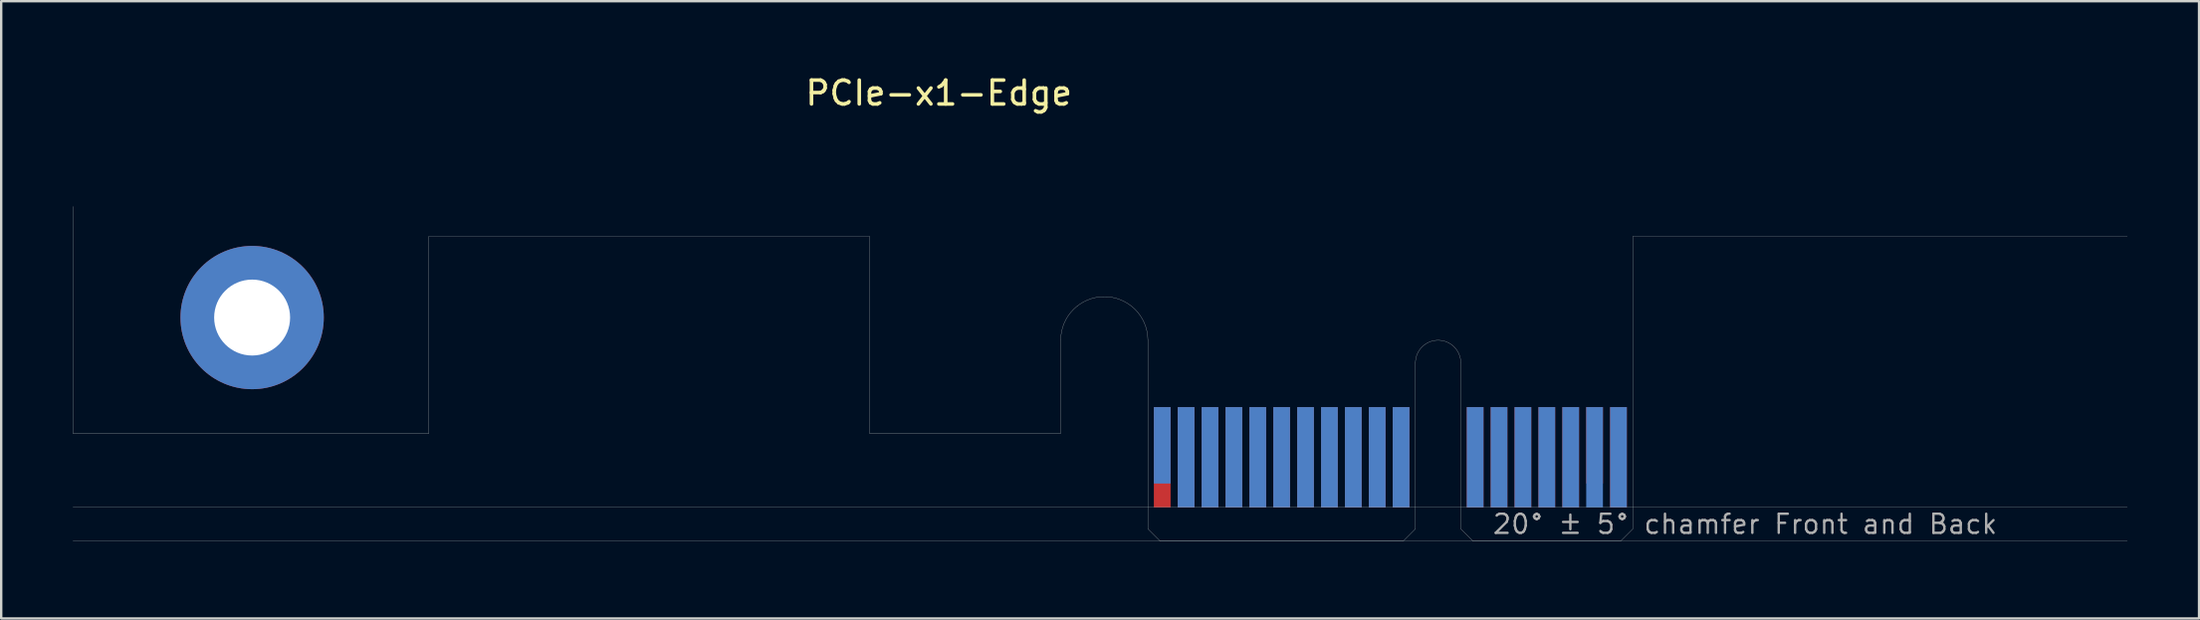
<source format=kicad_pcb>
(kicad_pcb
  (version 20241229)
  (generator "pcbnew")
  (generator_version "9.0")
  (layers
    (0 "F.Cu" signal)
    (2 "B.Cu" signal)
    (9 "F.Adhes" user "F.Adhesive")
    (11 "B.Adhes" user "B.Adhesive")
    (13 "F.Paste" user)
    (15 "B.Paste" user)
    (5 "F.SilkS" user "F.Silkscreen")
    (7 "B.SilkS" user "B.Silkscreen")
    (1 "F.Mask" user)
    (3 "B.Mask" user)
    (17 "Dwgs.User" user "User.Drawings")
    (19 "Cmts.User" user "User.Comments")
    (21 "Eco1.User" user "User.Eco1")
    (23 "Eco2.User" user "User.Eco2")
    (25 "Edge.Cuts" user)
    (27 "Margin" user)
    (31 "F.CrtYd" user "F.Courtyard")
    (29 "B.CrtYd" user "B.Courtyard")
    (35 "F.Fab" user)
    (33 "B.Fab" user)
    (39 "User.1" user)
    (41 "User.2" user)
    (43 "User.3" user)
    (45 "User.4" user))
  (footprint "PCIe-x1-Edge"
    (layer "F.Cu")
    (at 45.005 19.598)
    (property "Reference" "PCIe-x1-Edge" (at -8.75 -18.75 0) (layer "F.SilkS") (effects (font (size 1 1) (thickness 0.15))))
    (attr smd)
    (fp_poly (pts (xy -3.65 -4.5) (xy -11.65 -4.5) (xy -11.65 -7.95) (xy -3.65 -7.95)) (stroke (width 0.1) (type solid)) (fill yes) (layer "F.Mask"))
    (fp_poly (pts (xy 11.2 -5.45) (xy 0 -5.45) (xy 0 0) (xy 11.2 0)) (stroke (width 0.1) (type solid)) (fill yes) (layer "F.Mask"))
    (fp_poly (pts (xy 20.3 -5.45) (xy 13.1 -5.45) (xy 13.1 0) (xy 20.3 0)) (stroke (width 0.1) (type solid)) (fill yes) (layer "F.Mask"))
    (fp_poly (pts (xy -3.65 -7.95) (xy -11.65 -7.95) (xy -11.65 -4.5) (xy -3.65 -4.5)) (stroke (width 0.1) (type solid)) (fill yes) (layer "B.Mask"))
    (fp_poly (pts (xy 11.2 0) (xy 0 0) (xy 0 -5.45) (xy 11.2 -5.45)) (stroke (width 0.1) (type solid)) (fill yes) (layer "B.Mask"))
    (fp_poly (pts (xy 20.3 -5.45) (xy 13.1 -5.45) (xy 13.1 0) (xy 20.3 0)) (stroke (width 0.1) (type solid)) (fill yes) (layer "B.Mask"))
    (fp_line (start -45 -4.5) (end -45 -14) (stroke (width 0.01) (type solid)) (layer "Edge.Cuts"))
    (fp_line (start -30.1 -12.75) (end -30.1 -4.5) (stroke (width 0.01) (type solid)) (layer "Edge.Cuts"))
    (fp_line (start -30.1 -4.5) (end -45 -4.5) (stroke (width 0.01) (type solid)) (layer "Edge.Cuts"))
    (fp_line (start -11.65 -12.75) (end -30.1 -12.75) (stroke (width 0.01) (type solid)) (layer "Edge.Cuts"))
    (fp_line (start -11.65 -4.5) (end -11.65 -12.75) (stroke (width 0.01) (type solid)) (layer "Edge.Cuts"))
    (fp_line (start -3.65 -4.5) (end -11.65 -4.5) (stroke (width 0.01) (type solid)) (layer "Edge.Cuts"))
    (fp_line (start -3.65 -4.5) (end -3.65 -8.4) (stroke (width 0.01) (type solid)) (layer "Edge.Cuts"))
    (fp_line (start 0 -0.5) (end 0 -8.4) (stroke (width 0.01) (type solid)) (layer "Edge.Cuts"))
    (fp_line (start 0.5 0) (end 0 -0.5) (stroke (width 0.01) (type solid)) (layer "Edge.Cuts"))
    (fp_line (start 0.5 0) (end 10.7 0) (stroke (width 0.01) (type solid)) (layer "Edge.Cuts"))
    (fp_line (start 10.7 0) (end 11.2 -0.5) (stroke (width 0.01) (type solid)) (layer "Edge.Cuts"))
    (fp_line (start 11.2 -0.5) (end 11.2 -7.45) (stroke (width 0.01) (type solid)) (layer "Edge.Cuts"))
    (fp_line (start 13.1 -0.5) (end 13.1 -7.45) (stroke (width 0.01) (type solid)) (layer "Edge.Cuts"))
    (fp_line (start 13.6 0) (end 13.1 -0.5) (stroke (width 0.01) (type solid)) (layer "Edge.Cuts"))
    (fp_line (start 19.8 0) (end 13.6 0) (stroke (width 0.01) (type solid)) (layer "Edge.Cuts"))
    (fp_line (start 19.8 0) (end 20.3 -0.5) (stroke (width 0.01) (type solid)) (layer "Edge.Cuts"))
    (fp_line (start 20.3 -12.75) (end 41 -12.75) (stroke (width 0.01) (type solid)) (layer "Edge.Cuts"))
    (fp_line (start 20.3 -0.5) (end 20.3 -12.75) (stroke (width 0.01) (type solid)) (layer "Edge.Cuts"))
    (fp_arc (start -3.65 -8.4) (mid -1.825 -10.225) (end 0 -8.4) (stroke (width 0.01) (type solid)) (layer "Edge.Cuts"))
    (fp_arc (start 11.2 -7.45) (mid 12.15 -8.4) (end 13.1 -7.45) (stroke (width 0.01) (type solid)) (layer "Edge.Cuts"))
    (fp_line (start -45 -1.4) (end 41 -1.4) (stroke (width 0.01) (type solid)) (layer "F.Fab"))
    (fp_line (start 41 0) (end -45 0) (stroke (width 0.01) (type solid)) (layer "F.Fab"))
    (fp_text user "20° ± 5° chamfer Front and Back" (at 25 -0.7 0) (layer "F.Fab") (effects (font (size 0.8 0.8) (thickness 0.1))))
    (pad "A1" smd rect (at 0.6 -4) (size 0.7 3.2) (layers "B.Cu"))
    (pad "A2" smd rect (at 1.6 -3.5) (size 0.7 4.2) (layers "B.Cu"))
    (pad "A3" smd rect (at 2.6 -3.5) (size 0.7 4.2) (layers "B.Cu"))
    (pad "A4" smd rect (at 3.6 -3.5) (size 0.7 4.2) (layers "B.Cu"))
    (pad "A5" smd rect (at 4.6 -3.5) (size 0.7 4.2) (layers "B.Cu"))
    (pad "A6" smd rect (at 5.6 -3.5) (size 0.7 4.2) (layers "B.Cu"))
    (pad "A7" smd rect (at 6.6 -3.5) (size 0.7 4.2) (layers "B.Cu"))
    (pad "A8" smd rect (at 7.6 -3.5) (size 0.7 4.2) (layers "B.Cu"))
    (pad "A9" smd rect (at 8.6 -3.5) (size 0.7 4.2) (layers "B.Cu"))
    (pad "A10" smd rect (at 9.6 -3.5) (size 0.7 4.2) (layers "B.Cu"))
    (pad "A11" smd rect (at 10.6 -3.5) (size 0.7 4.2) (layers "B.Cu"))
    (pad "A12" smd rect (at 13.7 -3.5) (size 0.7 4.2) (layers "B.Cu"))
    (pad "A13" smd rect (at 14.7 -3.5) (size 0.7 4.2) (layers "B.Cu"))
    (pad "A14" smd rect (at 15.7 -3.5) (size 0.7 4.2) (layers "B.Cu"))
    (pad "A15" smd rect (at 16.7 -3.5) (size 0.7 4.2) (layers "B.Cu"))
    (pad "A16" smd rect (at 17.7 -3.5) (size 0.7 4.2) (layers "B.Cu"))
    (pad "A17" smd rect (at 18.7 -3.5) (size 0.7 4.2) (layers "B.Cu"))
    (pad "A18" smd rect (at 19.7 -3.5) (size 0.7 4.2) (layers "B.Cu"))
    (pad "B1" smd rect (at 0.6 -3.5) (size 0.7 4.2) (layers "F.Cu"))
    (pad "B2" smd rect (at 1.6 -3.5) (size 0.7 4.2) (layers "F.Cu"))
    (pad "B3" smd rect (at 2.6 -3.5) (size 0.7 4.2) (layers "F.Cu"))
    (pad "B4" smd rect (at 3.6 -3.5) (size 0.7 4.2) (layers "F.Cu"))
    (pad "B5" smd rect (at 4.6 -3.5) (size 0.7 4.2) (layers "F.Cu"))
    (pad "B6" smd rect (at 5.6 -3.5) (size 0.7 4.2) (layers "F.Cu"))
    (pad "B7" smd rect (at 6.6 -3.5) (size 0.7 4.2) (layers "F.Cu"))
    (pad "B8" smd rect (at 7.6 -3.5) (size 0.7 4.2) (layers "F.Cu"))
    (pad "B9" smd rect (at 8.6 -3.5) (size 0.7 4.2) (layers "F.Cu"))
    (pad "B10" smd rect (at 9.6 -3.5) (size 0.7 4.2) (layers "F.Cu"))
    (pad "B11" smd rect (at 10.6 -3.5) (size 0.7 4.2) (layers "F.Cu"))
    (pad "B12" smd rect (at 13.7 -3.5) (size 0.7 4.2) (layers "F.Cu"))
    (pad "B13" smd rect (at 14.7 -3.5) (size 0.7 4.2) (layers "F.Cu"))
    (pad "B14" smd rect (at 15.7 -3.5) (size 0.7 4.2) (layers "F.Cu"))
    (pad "B15" smd rect (at 16.7 -3.5) (size 0.7 4.2) (layers "F.Cu"))
    (pad "B16" smd rect (at 17.7 -3.5) (size 0.7 4.2) (layers "F.Cu"))
    (pad "B17" smd rect (at 18.7 -4) (size 0.7 3.2) (layers "F.Cu"))
    (pad "B18" smd rect (at 19.7 -3.5) (size 0.7 4.2) (layers "F.Cu"))
    (pad "G1" thru_hole circle (at -37.5 -9.35) (size 6 6) (drill 3.18) (layers "*.Cu" "*.Mask")))
  (gr_rect
    (start -3 -3)
    (end 89.01 22.848)
    (stroke (width 0.1) (type default))
    (fill no)
    (layer "Edge.Cuts")))
</source>
